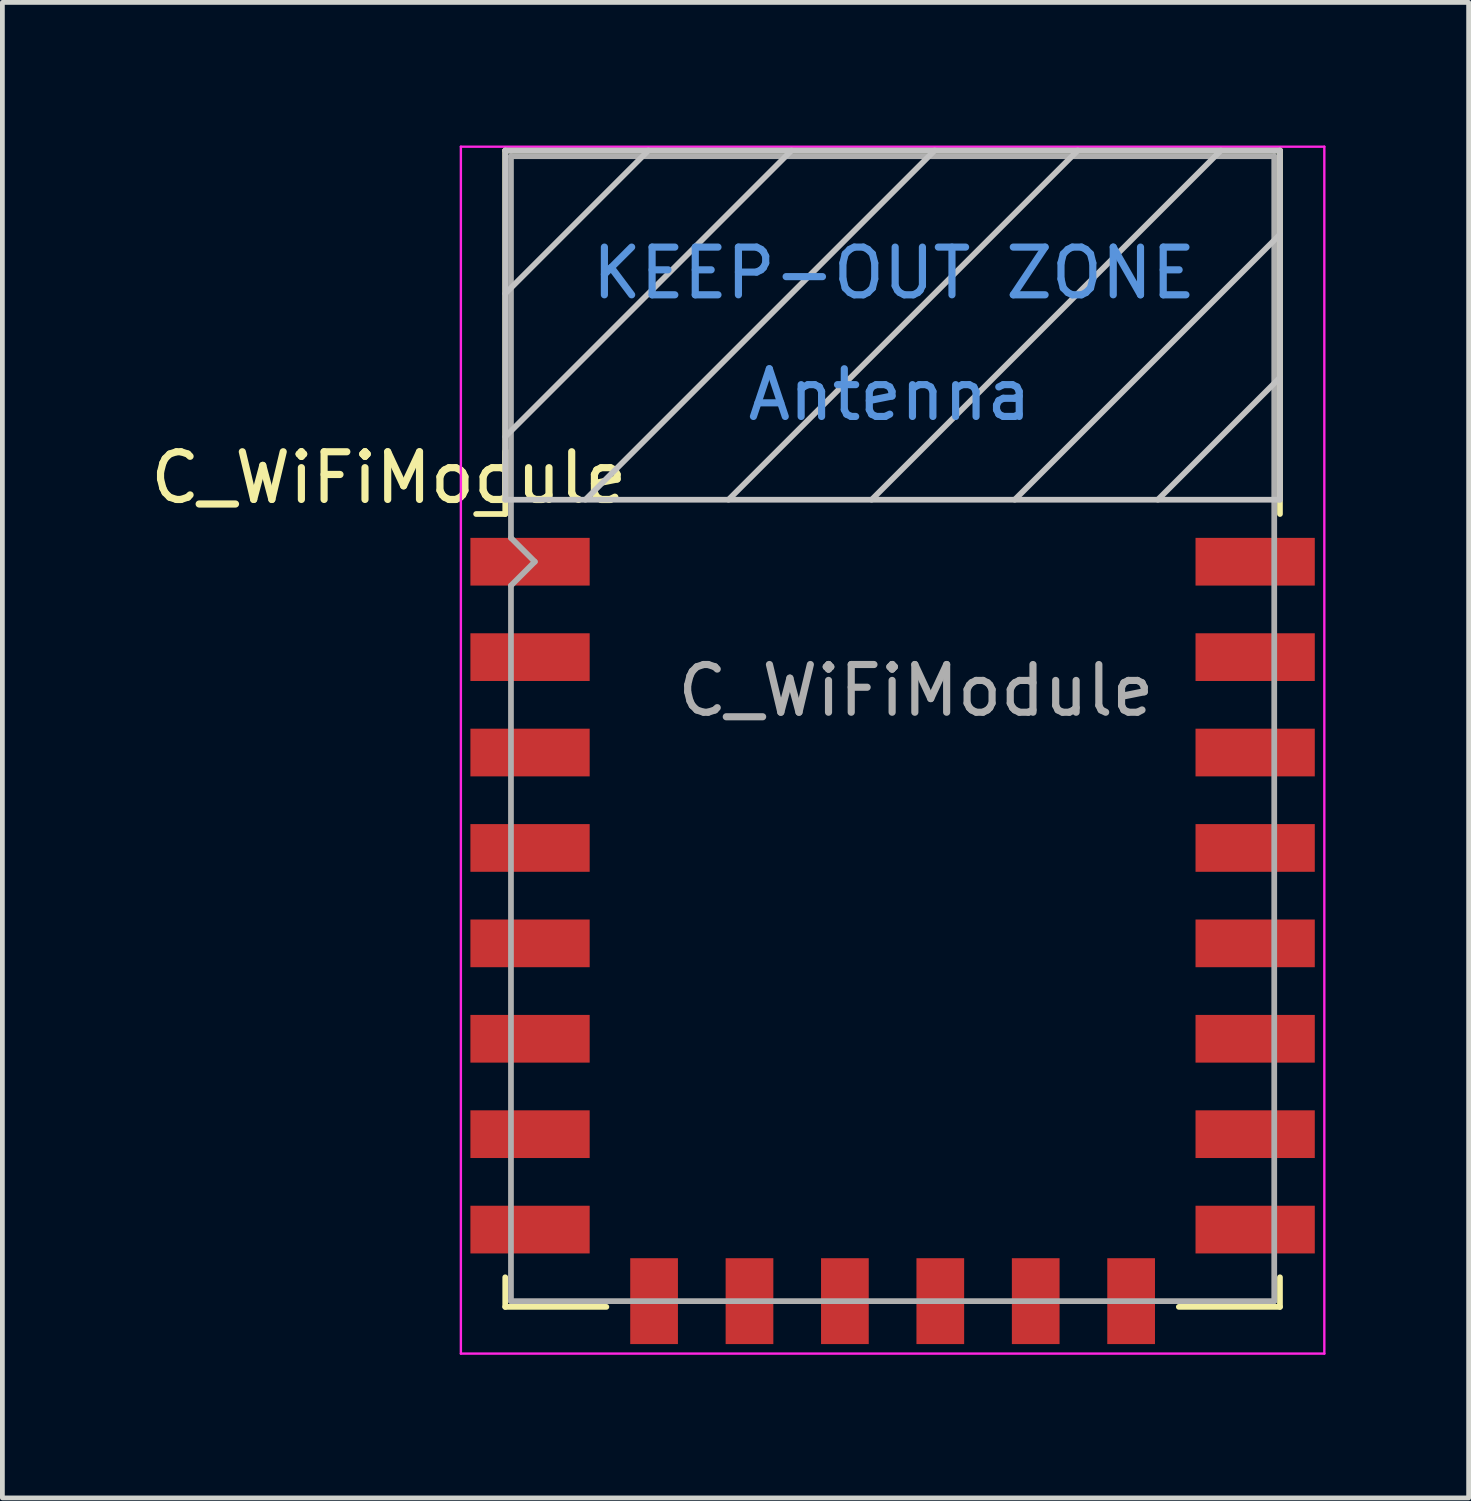
<source format=kicad_pcb>
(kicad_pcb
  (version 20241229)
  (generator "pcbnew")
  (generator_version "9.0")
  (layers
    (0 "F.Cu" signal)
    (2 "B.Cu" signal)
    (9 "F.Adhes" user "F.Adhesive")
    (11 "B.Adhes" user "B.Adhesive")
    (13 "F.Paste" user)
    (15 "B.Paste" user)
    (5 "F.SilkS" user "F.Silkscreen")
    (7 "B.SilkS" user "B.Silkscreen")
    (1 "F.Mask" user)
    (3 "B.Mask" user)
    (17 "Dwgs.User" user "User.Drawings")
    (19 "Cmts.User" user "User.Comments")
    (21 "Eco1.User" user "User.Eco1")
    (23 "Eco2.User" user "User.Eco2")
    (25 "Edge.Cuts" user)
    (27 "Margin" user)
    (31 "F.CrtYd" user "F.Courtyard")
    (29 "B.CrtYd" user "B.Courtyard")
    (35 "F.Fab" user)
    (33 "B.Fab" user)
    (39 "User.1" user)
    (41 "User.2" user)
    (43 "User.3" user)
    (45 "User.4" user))
  (footprint "C_WiFiModule"
    (layer "F.Cu")
    (at 15.661 12.225)
    (property "Reference" "C_WiFiModule" (at -10.56 -5.26 0) (layer "F.SilkS") (effects (font (size 1 1) (thickness 0.15))))
    (attr smd)
    (fp_line (start -8.12 -12.12) (end 8.12 -12.12) (stroke (width 0.12) (type solid)) (layer "F.SilkS"))
    (fp_line (start -8.12 -4.5) (end -8.73 -4.5) (stroke (width 0.12) (type solid)) (layer "F.SilkS"))
    (fp_line (start -8.12 -4.5) (end -8.12 -12.12) (stroke (width 0.12) (type solid)) (layer "F.SilkS"))
    (fp_line (start -8.12 12.12) (end -8.12 11.5) (stroke (width 0.12) (type solid)) (layer "F.SilkS"))
    (fp_line (start -6 12.12) (end -8.12 12.12) (stroke (width 0.12) (type solid)) (layer "F.SilkS"))
    (fp_line (start 8.12 -12.12) (end 8.12 -4.5) (stroke (width 0.12) (type solid)) (layer "F.SilkS"))
    (fp_line (start 8.12 11.5) (end 8.12 12.12) (stroke (width 0.12) (type solid)) (layer "F.SilkS"))
    (fp_line (start 8.12 12.12) (end 6 12.12) (stroke (width 0.12) (type solid)) (layer "F.SilkS"))
    (fp_line (start -8.12 -12.12) (end 8.12 -12.12) (stroke (width 0.12) (type solid)) (layer "Dwgs.User"))
    (fp_line (start -8.12 -9.12) (end -5.12 -12.12) (stroke (width 0.12) (type solid)) (layer "Dwgs.User"))
    (fp_line (start -8.12 -6.12) (end -2.12 -12.12) (stroke (width 0.12) (type solid)) (layer "Dwgs.User"))
    (fp_line (start -8.12 -4.8) (end -8.12 -12.12) (stroke (width 0.12) (type solid)) (layer "Dwgs.User"))
    (fp_line (start -6.44 -4.8) (end 0.88 -12.12) (stroke (width 0.12) (type solid)) (layer "Dwgs.User"))
    (fp_line (start -3.44 -4.8) (end 3.88 -12.12) (stroke (width 0.12) (type solid)) (layer "Dwgs.User"))
    (fp_line (start -0.44 -4.8) (end 6.88 -12.12) (stroke (width 0.12) (type solid)) (layer "Dwgs.User"))
    (fp_line (start 2.56 -4.8) (end 8.12 -10.36) (stroke (width 0.12) (type solid)) (layer "Dwgs.User"))
    (fp_line (start 5.56 -4.8) (end 8.12 -7.36) (stroke (width 0.12) (type solid)) (layer "Dwgs.User"))
    (fp_line (start 8.12 -12.12) (end 8.12 -4.8) (stroke (width 0.12) (type solid)) (layer "Dwgs.User"))
    (fp_line (start 8.12 -4.8) (end -8.12 -4.8) (stroke (width 0.12) (type solid)) (layer "Dwgs.User"))
    (fp_line (start -9.05 -12.2) (end 9.05 -12.2) (stroke (width 0.05) (type solid)) (layer "F.CrtYd"))
    (fp_line (start -9.05 13.1) (end -9.05 -12.2) (stroke (width 0.05) (type solid)) (layer "F.CrtYd"))
    (fp_line (start 9.05 -12.2) (end 9.05 13.1) (stroke (width 0.05) (type solid)) (layer "F.CrtYd"))
    (fp_line (start 9.05 13.1) (end -9.05 13.1) (stroke (width 0.05) (type solid)) (layer "F.CrtYd"))
    (fp_line (start -8 -12) (end 8 -12) (stroke (width 0.12) (type solid)) (layer "F.Fab"))
    (fp_line (start -8 -4) (end -8 -12) (stroke (width 0.12) (type solid)) (layer "F.Fab"))
    (fp_line (start -8 -3) (end -7.5 -3.5) (stroke (width 0.12) (type solid)) (layer "F.Fab"))
    (fp_line (start -8 12) (end -8 -3) (stroke (width 0.12) (type solid)) (layer "F.Fab"))
    (fp_line (start -7.5 -3.5) (end -8 -4) (stroke (width 0.12) (type solid)) (layer "F.Fab"))
    (fp_line (start 8 -12) (end 8 12) (stroke (width 0.12) (type solid)) (layer "F.Fab"))
    (fp_line (start 8 12) (end -8 12) (stroke (width 0.12) (type solid)) (layer "F.Fab"))
    (fp_text user "Antenna" (at -0.06 -7 180) (layer "Cmts.User") (effects (font (size 1 1) (thickness 0.15))))
    (fp_text user "KEEP-OUT ZONE" (at 0.03 -9.55 180) (layer "Cmts.User") (effects (font (size 1 1) (thickness 0.15))))
    (fp_text user "${REFERENCE}" (at 0.49 -0.8 0) (layer "F.Fab") (effects (font (size 1 1) (thickness 0.15))))
    (pad "1" smd rect (at -7.6 -3.5) (size 2.5 1) (layers "F.Cu" "F.Mask" "F.Paste"))
    (pad "2" smd rect (at -7.6 -1.5) (size 2.5 1) (layers "F.Cu" "F.Mask" "F.Paste"))
    (pad "3" smd rect (at -7.6 0.5) (size 2.5 1) (layers "F.Cu" "F.Mask" "F.Paste"))
    (pad "4" smd rect (at -7.6 2.5) (size 2.5 1) (layers "F.Cu" "F.Mask" "F.Paste"))
    (pad "5" smd rect (at -7.6 4.5) (size 2.5 1) (layers "F.Cu" "F.Mask" "F.Paste"))
    (pad "6" smd rect (at -7.6 6.5) (size 2.5 1) (layers "F.Cu" "F.Mask" "F.Paste"))
    (pad "7" smd rect (at -7.6 8.5) (size 2.5 1) (layers "F.Cu" "F.Mask" "F.Paste"))
    (pad "8" smd rect (at -7.6 10.5) (size 2.5 1) (layers "F.Cu" "F.Mask" "F.Paste"))
    (pad "9" smd rect (at 7.6 10.5) (size 2.5 1) (layers "F.Cu" "F.Mask" "F.Paste"))
    (pad "10" smd rect (at 7.6 8.5) (size 2.5 1) (layers "F.Cu" "F.Mask" "F.Paste"))
    (pad "11" smd rect (at 7.6 6.5) (size 2.5 1) (layers "F.Cu" "F.Mask" "F.Paste"))
    (pad "12" smd rect (at 7.6 4.5) (size 2.5 1) (layers "F.Cu" "F.Mask" "F.Paste"))
    (pad "13" smd rect (at 7.6 2.5) (size 2.5 1) (layers "F.Cu" "F.Mask" "F.Paste"))
    (pad "14" smd rect (at 7.6 0.5) (size 2.5 1) (layers "F.Cu" "F.Mask" "F.Paste"))
    (pad "15" smd rect (at 7.6 -1.5) (size 2.5 1) (layers "F.Cu" "F.Mask" "F.Paste"))
    (pad "16" smd rect (at 7.6 -3.5) (size 2.5 1) (layers "F.Cu" "F.Mask" "F.Paste"))
    (pad "17" smd rect (at -5 12) (size 1 1.8) (layers "F.Cu" "F.Mask" "F.Paste"))
    (pad "18" smd rect (at -3 12) (size 1 1.8) (layers "F.Cu" "F.Mask" "F.Paste"))
    (pad "19" smd rect (at -1 12) (size 1 1.8) (layers "F.Cu" "F.Mask" "F.Paste"))
    (pad "20" smd rect (at 1 12) (size 1 1.8) (layers "F.Cu" "F.Mask" "F.Paste"))
    (pad "21" smd rect (at 3 12) (size 1 1.8) (layers "F.Cu" "F.Mask" "F.Paste"))
    (pad "22" smd rect (at 5 12) (size 1 1.8) (layers "F.Cu" "F.Mask" "F.Paste")))
  (gr_rect
    (start -3 -3)
    (end 27.736 28.35)
    (stroke (width 0.1) (type default))
    (fill no)
    (layer "Edge.Cuts")))
</source>
